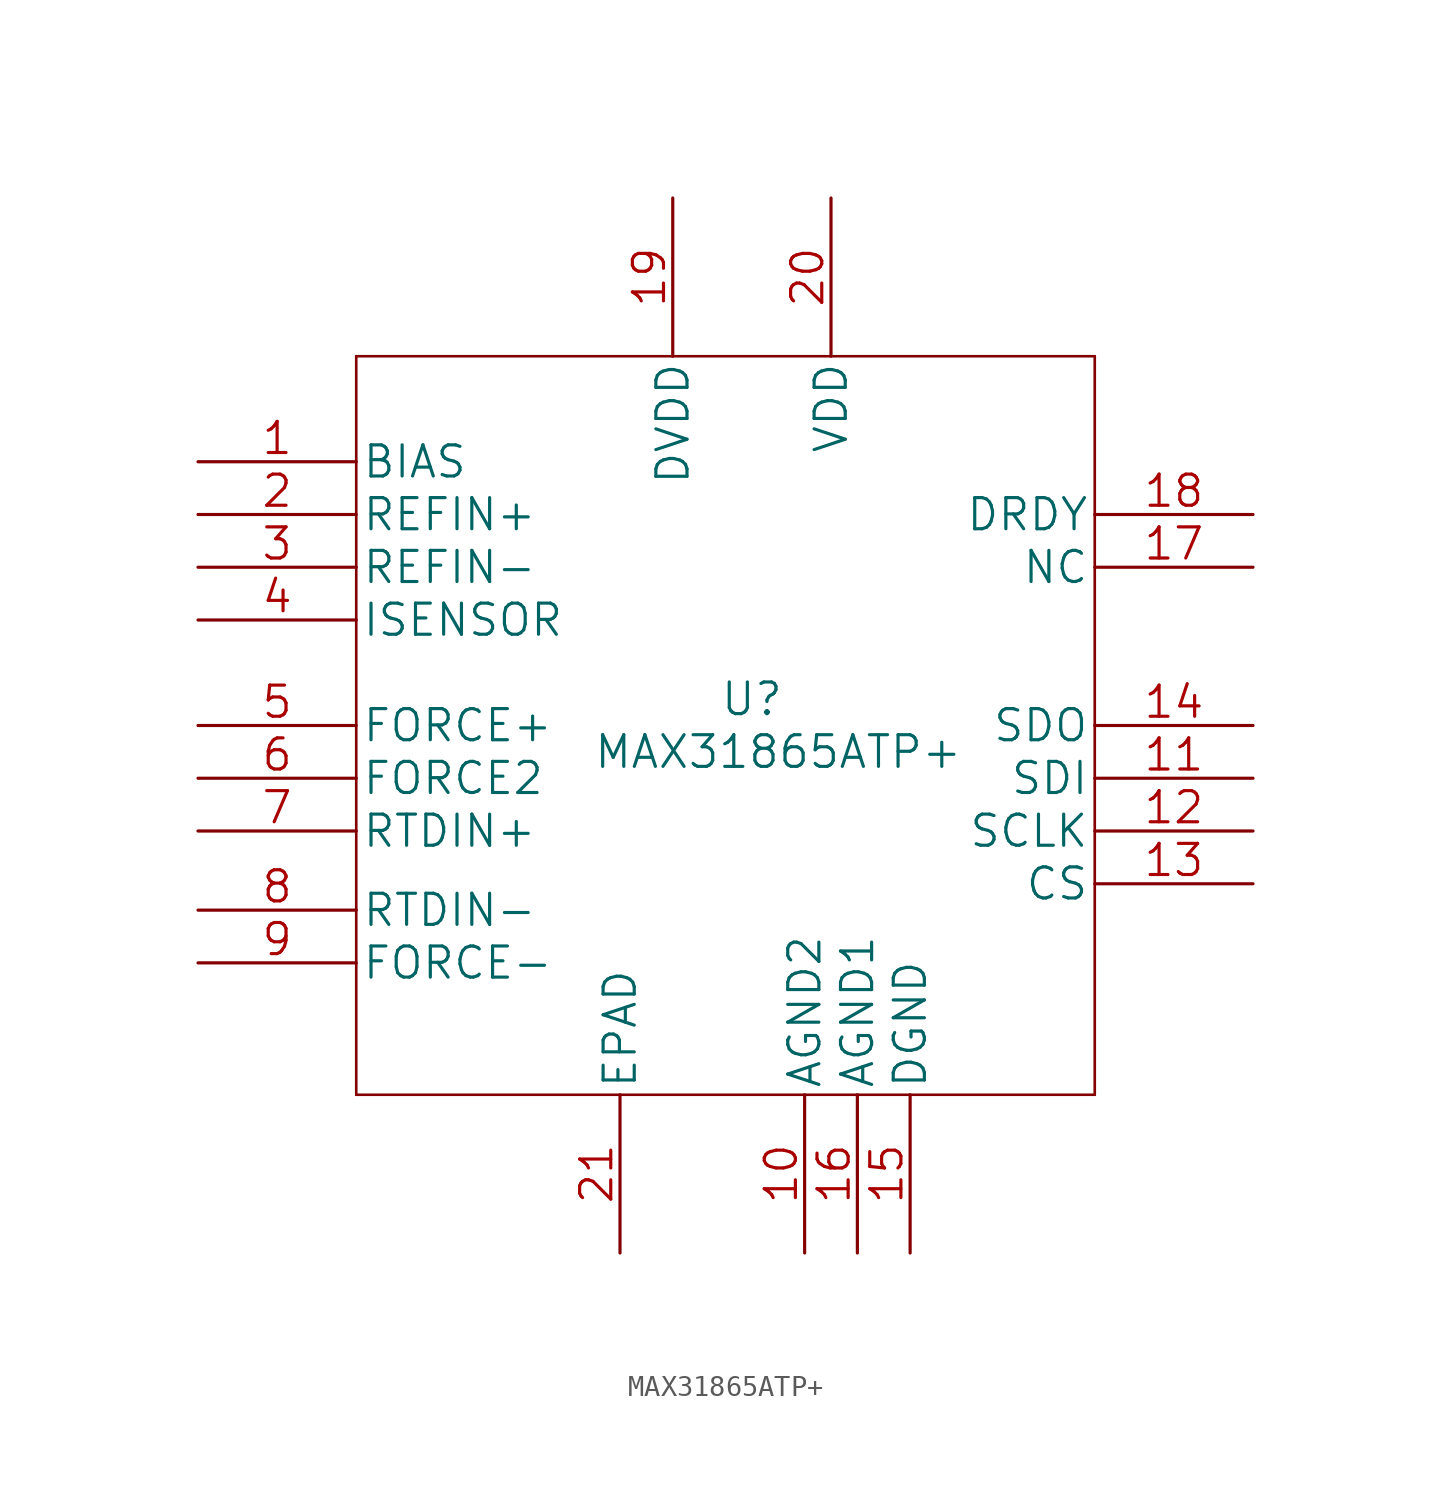
<source format=kicad_sym>
(kicad_symbol_lib
  (version 20210619)
  (generator kicad_symbol_editor)
  (symbol "MAX31865:MAX31865ATP+"
    (pin_names
      (offset 0.254))
    (property "Reference" "U"
      (at 26.67 -11.43 0)
      (effects (font (size 1.524 1.524))))
    (property "Value" "MAX31865ATP+"
      (at 27.94 -13.97 0)
      (effects (font (size 1.524 1.524))))
    (property "Datasheet" ""
      (at 0 0 0)
      (effects (font (size 1.524 1.524))))
    (property "ki_locked" ""
      (at 0 0 0)
      (effects (font (size 1.27 1.27))))
    (symbol "MAX31865ATP+_1_1"
      (polyline (pts (xy 7.62 -30.48) (xy 43.18 -30.48)) (stroke (width 0.127)) (fill (type none)))
      (polyline (pts (xy 7.62 5.08) (xy 7.62 -30.48)) (stroke (width 0.127)) (fill (type none)))
      (polyline (pts (xy 43.18 -30.48) (xy 43.18 5.08)) (stroke (width 0.127)) (fill (type none)))
      (polyline (pts (xy 43.18 5.08) (xy 7.62 5.08)) (stroke (width 0.127)) (fill (type none)))
      (pin unspecified line (at 0 0 0) (length 7.62) (name "BIAS" (effects (font (size 1.499 1.499)))) (number "1" (effects (font (size 1.499 1.499)))))
      (pin power_in line (at 29.21 -38.1 90) (length 7.62) (name "AGND2" (effects (font (size 1.499 1.499)))) (number "10" (effects (font (size 1.499 1.499)))))
      (pin unspecified line (at 50.8 -15.24 180) (length 7.62) (name "SDI" (effects (font (size 1.499 1.499)))) (number "11" (effects (font (size 1.499 1.499)))))
      (pin unspecified line (at 50.8 -17.78 180) (length 7.62) (name "SCLK" (effects (font (size 1.499 1.499)))) (number "12" (effects (font (size 1.499 1.499)))))
      (pin unspecified line (at 50.8 -20.32 180) (length 7.62) (name "CS" (effects (font (size 1.499 1.499)))) (number "13" (effects (font (size 1.499 1.499)))))
      (pin unspecified line (at 50.8 -12.7 180) (length 7.62) (name "SDO" (effects (font (size 1.499 1.499)))) (number "14" (effects (font (size 1.499 1.499)))))
      (pin power_in line (at 34.29 -38.1 90) (length 7.62) (name "DGND" (effects (font (size 1.499 1.499)))) (number "15" (effects (font (size 1.499 1.499)))))
      (pin power_in line (at 31.75 -38.1 90) (length 7.62) (name "AGND1" (effects (font (size 1.499 1.499)))) (number "16" (effects (font (size 1.499 1.499)))))
      (pin unspecified line (at 50.8 -5.08 180) (length 7.62) (name "NC" (effects (font (size 1.499 1.499)))) (number "17" (effects (font (size 1.499 1.499)))))
      (pin unspecified line (at 50.8 -2.54 180) (length 7.62) (name "DRDY" (effects (font (size 1.499 1.499)))) (number "18" (effects (font (size 1.499 1.499)))))
      (pin power_in line (at 22.86 12.7 270) (length 7.62) (name "DVDD" (effects (font (size 1.499 1.499)))) (number "19" (effects (font (size 1.499 1.499)))))
      (pin unspecified line (at 0 -2.54 0) (length 7.62) (name "REFIN+" (effects (font (size 1.499 1.499)))) (number "2" (effects (font (size 1.499 1.499)))))
      (pin power_in line (at 30.48 12.7 270) (length 7.62) (name "VDD" (effects (font (size 1.499 1.499)))) (number "20" (effects (font (size 1.499 1.499)))))
      (pin unspecified line (at 20.32 -38.1 90) (length 7.62) (name "EPAD" (effects (font (size 1.499 1.499)))) (number "21" (effects (font (size 1.499 1.499)))))
      (pin unspecified line (at 0 -5.08 0) (length 7.62) (name "REFIN-" (effects (font (size 1.499 1.499)))) (number "3" (effects (font (size 1.499 1.499)))))
      (pin unspecified line (at 0 -7.62 0) (length 7.62) (name "ISENSOR" (effects (font (size 1.499 1.499)))) (number "4" (effects (font (size 1.499 1.499)))))
      (pin unspecified line (at 0 -12.7 0) (length 7.62) (name "FORCE+" (effects (font (size 1.499 1.499)))) (number "5" (effects (font (size 1.499 1.499)))))
      (pin unspecified line (at 0 -15.24 0) (length 7.62) (name "FORCE2" (effects (font (size 1.499 1.499)))) (number "6" (effects (font (size 1.499 1.499)))))
      (pin unspecified line (at 0 -17.78 0) (length 7.62) (name "RTDIN+" (effects (font (size 1.499 1.499)))) (number "7" (effects (font (size 1.499 1.499)))))
      (pin unspecified line (at 0 -21.59 0) (length 7.62) (name "RTDIN-" (effects (font (size 1.499 1.499)))) (number "8" (effects (font (size 1.499 1.499)))))
      (pin unspecified line (at 0 -24.13 0) (length 7.62) (name "FORCE-" (effects (font (size 1.499 1.499)))) (number "9" (effects (font (size 1.499 1.499))))))))
</source>
